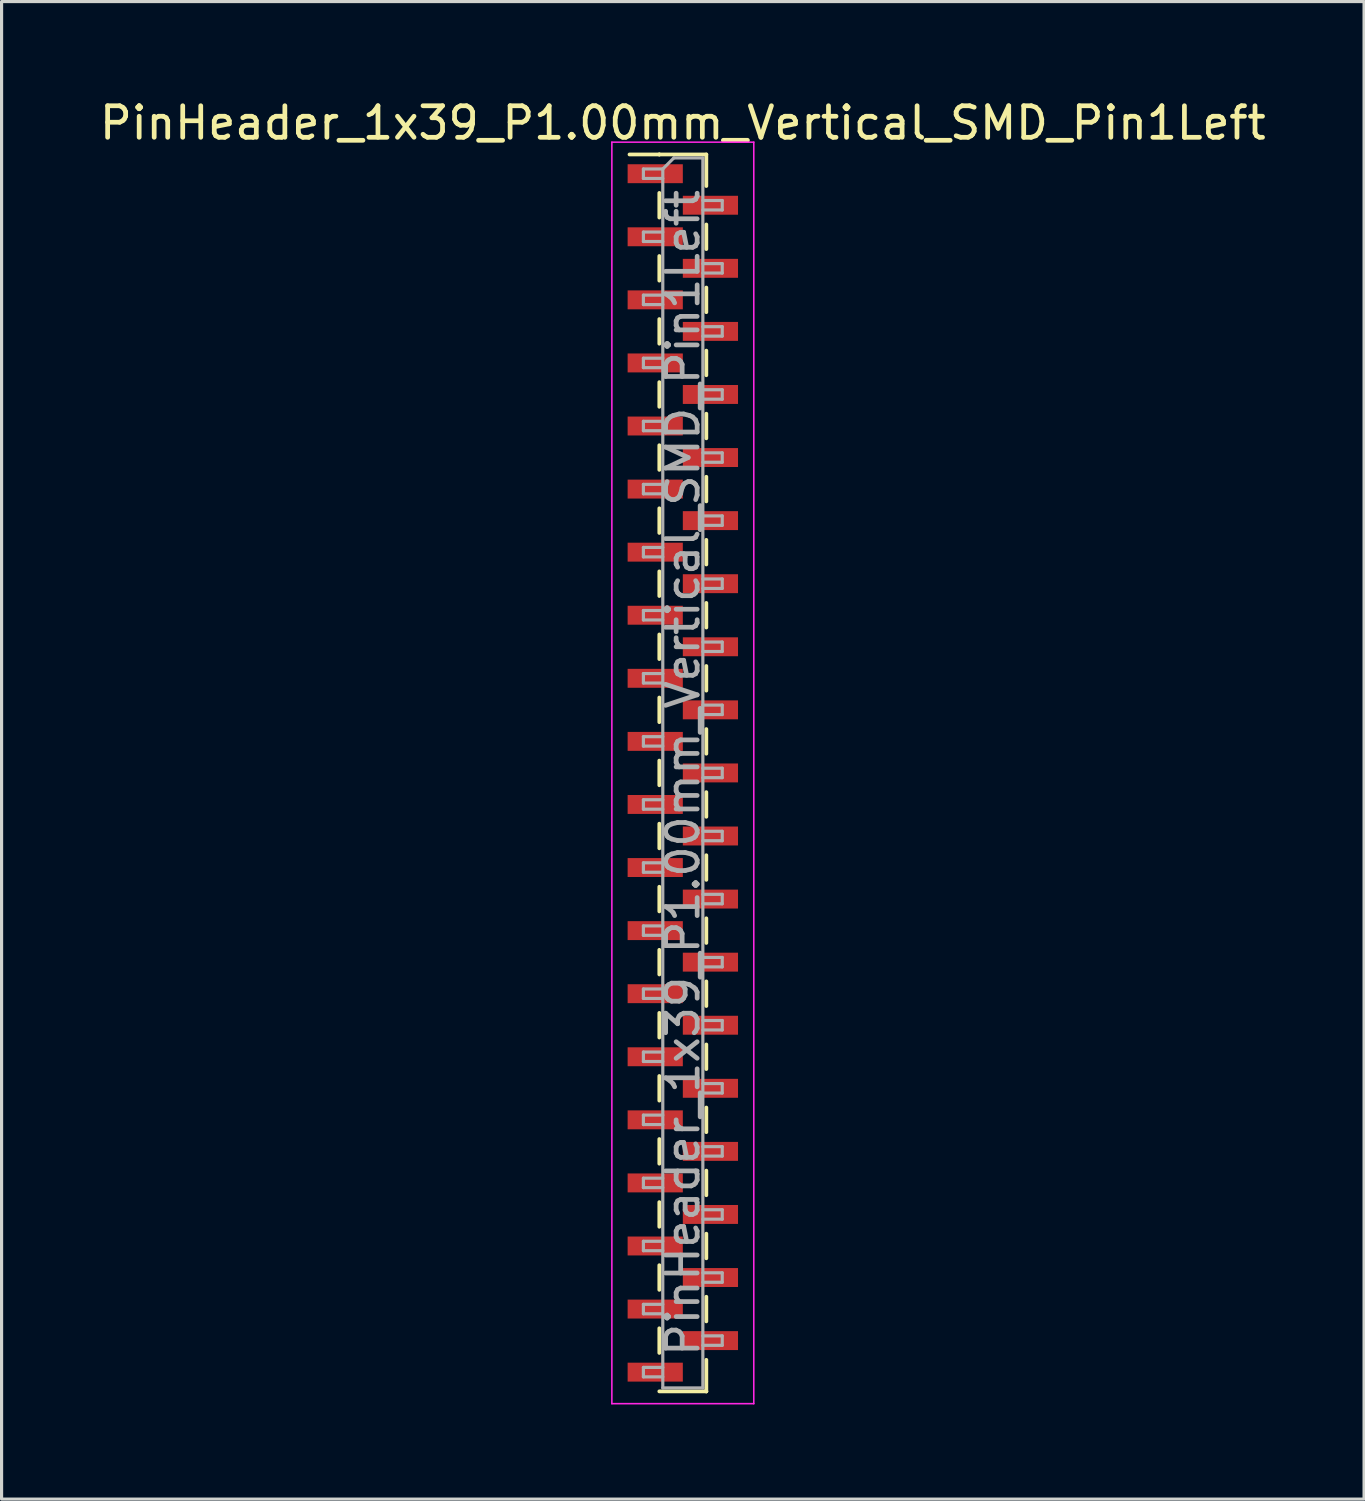
<source format=kicad_pcb>
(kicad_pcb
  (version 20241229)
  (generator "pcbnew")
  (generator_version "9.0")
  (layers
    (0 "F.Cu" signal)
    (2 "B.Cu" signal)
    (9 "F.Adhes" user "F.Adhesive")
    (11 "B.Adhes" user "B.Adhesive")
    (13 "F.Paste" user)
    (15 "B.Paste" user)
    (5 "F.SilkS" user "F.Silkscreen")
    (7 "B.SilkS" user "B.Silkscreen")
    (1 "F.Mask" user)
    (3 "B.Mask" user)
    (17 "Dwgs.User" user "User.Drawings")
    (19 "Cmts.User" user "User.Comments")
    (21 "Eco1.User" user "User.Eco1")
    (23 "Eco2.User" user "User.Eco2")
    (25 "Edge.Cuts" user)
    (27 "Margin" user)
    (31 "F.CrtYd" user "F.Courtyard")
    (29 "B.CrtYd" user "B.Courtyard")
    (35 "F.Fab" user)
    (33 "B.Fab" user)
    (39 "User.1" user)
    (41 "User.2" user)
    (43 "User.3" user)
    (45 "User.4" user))
  (footprint "PinHeader_1x39_P1.00mm_Vertical_SMD_Pin1Left"
    (layer "F.Cu")
    (at 18.601 21.458)
    (property "Reference" "PinHeader_1x39_P1.00mm_Vertical_SMD_Pin1Left" (at 0 -20.61 0) (layer "F.SilkS") (effects (font (size 1 1) (thickness 0.15))))
    (attr smd)
    (fp_line (start -0.745 -19.61) (end -1.69 -19.61) (stroke (width 0.12) (type solid)) (layer "F.SilkS"))
    (fp_line (start -0.745 -19.61) (end -0.745 -19.61) (stroke (width 0.12) (type solid)) (layer "F.SilkS"))
    (fp_line (start -0.745 -19.61) (end 0.745 -19.61) (stroke (width 0.12) (type solid)) (layer "F.SilkS"))
    (fp_line (start -0.745 -18.39) (end -0.745 -17.61) (stroke (width 0.12) (type solid)) (layer "F.SilkS"))
    (fp_line (start -0.745 -16.39) (end -0.745 -15.61) (stroke (width 0.12) (type solid)) (layer "F.SilkS"))
    (fp_line (start -0.745 -14.39) (end -0.745 -13.61) (stroke (width 0.12) (type solid)) (layer "F.SilkS"))
    (fp_line (start -0.745 -12.39) (end -0.745 -11.61) (stroke (width 0.12) (type solid)) (layer "F.SilkS"))
    (fp_line (start -0.745 -10.39) (end -0.745 -9.61) (stroke (width 0.12) (type solid)) (layer "F.SilkS"))
    (fp_line (start -0.745 -8.39) (end -0.745 -7.61) (stroke (width 0.12) (type solid)) (layer "F.SilkS"))
    (fp_line (start -0.745 -6.39) (end -0.745 -5.61) (stroke (width 0.12) (type solid)) (layer "F.SilkS"))
    (fp_line (start -0.745 -4.39) (end -0.745 -3.61) (stroke (width 0.12) (type solid)) (layer "F.SilkS"))
    (fp_line (start -0.745 -2.39) (end -0.745 -1.61) (stroke (width 0.12) (type solid)) (layer "F.SilkS"))
    (fp_line (start -0.745 -0.39) (end -0.745 0.39) (stroke (width 0.12) (type solid)) (layer "F.SilkS"))
    (fp_line (start -0.745 1.61) (end -0.745 2.39) (stroke (width 0.12) (type solid)) (layer "F.SilkS"))
    (fp_line (start -0.745 3.61) (end -0.745 4.39) (stroke (width 0.12) (type solid)) (layer "F.SilkS"))
    (fp_line (start -0.745 5.61) (end -0.745 6.39) (stroke (width 0.12) (type solid)) (layer "F.SilkS"))
    (fp_line (start -0.745 7.61) (end -0.745 8.39) (stroke (width 0.12) (type solid)) (layer "F.SilkS"))
    (fp_line (start -0.745 9.61) (end -0.745 10.39) (stroke (width 0.12) (type solid)) (layer "F.SilkS"))
    (fp_line (start -0.745 11.61) (end -0.745 12.39) (stroke (width 0.12) (type solid)) (layer "F.SilkS"))
    (fp_line (start -0.745 13.61) (end -0.745 14.39) (stroke (width 0.12) (type solid)) (layer "F.SilkS"))
    (fp_line (start -0.745 15.61) (end -0.745 16.39) (stroke (width 0.12) (type solid)) (layer "F.SilkS"))
    (fp_line (start -0.745 17.61) (end -0.745 18.39) (stroke (width 0.12) (type solid)) (layer "F.SilkS"))
    (fp_line (start -0.745 19.61) (end 0.745 19.61) (stroke (width 0.12) (type solid)) (layer "F.SilkS"))
    (fp_line (start 0.745 -19.61) (end 0.745 -18.61) (stroke (width 0.12) (type solid)) (layer "F.SilkS"))
    (fp_line (start 0.745 -17.39) (end 0.745 -16.61) (stroke (width 0.12) (type solid)) (layer "F.SilkS"))
    (fp_line (start 0.745 -15.39) (end 0.745 -14.61) (stroke (width 0.12) (type solid)) (layer "F.SilkS"))
    (fp_line (start 0.745 -13.39) (end 0.745 -12.61) (stroke (width 0.12) (type solid)) (layer "F.SilkS"))
    (fp_line (start 0.745 -11.39) (end 0.745 -10.61) (stroke (width 0.12) (type solid)) (layer "F.SilkS"))
    (fp_line (start 0.745 -9.39) (end 0.745 -8.61) (stroke (width 0.12) (type solid)) (layer "F.SilkS"))
    (fp_line (start 0.745 -7.39) (end 0.745 -6.61) (stroke (width 0.12) (type solid)) (layer "F.SilkS"))
    (fp_line (start 0.745 -5.39) (end 0.745 -4.61) (stroke (width 0.12) (type solid)) (layer "F.SilkS"))
    (fp_line (start 0.745 -3.39) (end 0.745 -2.61) (stroke (width 0.12) (type solid)) (layer "F.SilkS"))
    (fp_line (start 0.745 -1.39) (end 0.745 -0.61) (stroke (width 0.12) (type solid)) (layer "F.SilkS"))
    (fp_line (start 0.745 0.61) (end 0.745 1.39) (stroke (width 0.12) (type solid)) (layer "F.SilkS"))
    (fp_line (start 0.745 2.61) (end 0.745 3.39) (stroke (width 0.12) (type solid)) (layer "F.SilkS"))
    (fp_line (start 0.745 4.61) (end 0.745 5.39) (stroke (width 0.12) (type solid)) (layer "F.SilkS"))
    (fp_line (start 0.745 6.61) (end 0.745 7.39) (stroke (width 0.12) (type solid)) (layer "F.SilkS"))
    (fp_line (start 0.745 8.61) (end 0.745 9.39) (stroke (width 0.12) (type solid)) (layer "F.SilkS"))
    (fp_line (start 0.745 10.61) (end 0.745 11.39) (stroke (width 0.12) (type solid)) (layer "F.SilkS"))
    (fp_line (start 0.745 12.61) (end 0.745 13.39) (stroke (width 0.12) (type solid)) (layer "F.SilkS"))
    (fp_line (start 0.745 14.61) (end 0.745 15.39) (stroke (width 0.12) (type solid)) (layer "F.SilkS"))
    (fp_line (start 0.745 16.61) (end 0.745 17.39) (stroke (width 0.12) (type solid)) (layer "F.SilkS"))
    (fp_line (start 0.745 18.61) (end 0.745 19.61) (stroke (width 0.12) (type solid)) (layer "F.SilkS"))
    (fp_line (start 0.745 19.61) (end 0.745 19.61) (stroke (width 0.12) (type solid)) (layer "F.SilkS"))
    (fp_line (start -2.25 -20) (end -2.25 20) (stroke (width 0.05) (type solid)) (layer "F.CrtYd"))
    (fp_line (start -2.25 20) (end 2.25 20) (stroke (width 0.05) (type solid)) (layer "F.CrtYd"))
    (fp_line (start 2.25 -20) (end -2.25 -20) (stroke (width 0.05) (type solid)) (layer "F.CrtYd"))
    (fp_line (start 2.25 20) (end 2.25 -20) (stroke (width 0.05) (type solid)) (layer "F.CrtYd"))
    (fp_line (start -1.25 -19.15) (end -1.25 -18.85) (stroke (width 0.1) (type solid)) (layer "F.Fab"))
    (fp_line (start -1.25 -18.85) (end -0.635 -18.85) (stroke (width 0.1) (type solid)) (layer "F.Fab"))
    (fp_line (start -1.25 -17.15) (end -1.25 -16.85) (stroke (width 0.1) (type solid)) (layer "F.Fab"))
    (fp_line (start -1.25 -16.85) (end -0.635 -16.85) (stroke (width 0.1) (type solid)) (layer "F.Fab"))
    (fp_line (start -1.25 -15.15) (end -1.25 -14.85) (stroke (width 0.1) (type solid)) (layer "F.Fab"))
    (fp_line (start -1.25 -14.85) (end -0.635 -14.85) (stroke (width 0.1) (type solid)) (layer "F.Fab"))
    (fp_line (start -1.25 -13.15) (end -1.25 -12.85) (stroke (width 0.1) (type solid)) (layer "F.Fab"))
    (fp_line (start -1.25 -12.85) (end -0.635 -12.85) (stroke (width 0.1) (type solid)) (layer "F.Fab"))
    (fp_line (start -1.25 -11.15) (end -1.25 -10.85) (stroke (width 0.1) (type solid)) (layer "F.Fab"))
    (fp_line (start -1.25 -10.85) (end -0.635 -10.85) (stroke (width 0.1) (type solid)) (layer "F.Fab"))
    (fp_line (start -1.25 -9.15) (end -1.25 -8.85) (stroke (width 0.1) (type solid)) (layer "F.Fab"))
    (fp_line (start -1.25 -8.85) (end -0.635 -8.85) (stroke (width 0.1) (type solid)) (layer "F.Fab"))
    (fp_line (start -1.25 -7.15) (end -1.25 -6.85) (stroke (width 0.1) (type solid)) (layer "F.Fab"))
    (fp_line (start -1.25 -6.85) (end -0.635 -6.85) (stroke (width 0.1) (type solid)) (layer "F.Fab"))
    (fp_line (start -1.25 -5.15) (end -1.25 -4.85) (stroke (width 0.1) (type solid)) (layer "F.Fab"))
    (fp_line (start -1.25 -4.85) (end -0.635 -4.85) (stroke (width 0.1) (type solid)) (layer "F.Fab"))
    (fp_line (start -1.25 -3.15) (end -1.25 -2.85) (stroke (width 0.1) (type solid)) (layer "F.Fab"))
    (fp_line (start -1.25 -2.85) (end -0.635 -2.85) (stroke (width 0.1) (type solid)) (layer "F.Fab"))
    (fp_line (start -1.25 -1.15) (end -1.25 -0.85) (stroke (width 0.1) (type solid)) (layer "F.Fab"))
    (fp_line (start -1.25 -0.85) (end -0.635 -0.85) (stroke (width 0.1) (type solid)) (layer "F.Fab"))
    (fp_line (start -1.25 0.85) (end -1.25 1.15) (stroke (width 0.1) (type solid)) (layer "F.Fab"))
    (fp_line (start -1.25 1.15) (end -0.635 1.15) (stroke (width 0.1) (type solid)) (layer "F.Fab"))
    (fp_line (start -1.25 2.85) (end -1.25 3.15) (stroke (width 0.1) (type solid)) (layer "F.Fab"))
    (fp_line (start -1.25 3.15) (end -0.635 3.15) (stroke (width 0.1) (type solid)) (layer "F.Fab"))
    (fp_line (start -1.25 4.85) (end -1.25 5.15) (stroke (width 0.1) (type solid)) (layer "F.Fab"))
    (fp_line (start -1.25 5.15) (end -0.635 5.15) (stroke (width 0.1) (type solid)) (layer "F.Fab"))
    (fp_line (start -1.25 6.85) (end -1.25 7.15) (stroke (width 0.1) (type solid)) (layer "F.Fab"))
    (fp_line (start -1.25 7.15) (end -0.635 7.15) (stroke (width 0.1) (type solid)) (layer "F.Fab"))
    (fp_line (start -1.25 8.85) (end -1.25 9.15) (stroke (width 0.1) (type solid)) (layer "F.Fab"))
    (fp_line (start -1.25 9.15) (end -0.635 9.15) (stroke (width 0.1) (type solid)) (layer "F.Fab"))
    (fp_line (start -1.25 10.85) (end -1.25 11.15) (stroke (width 0.1) (type solid)) (layer "F.Fab"))
    (fp_line (start -1.25 11.15) (end -0.635 11.15) (stroke (width 0.1) (type solid)) (layer "F.Fab"))
    (fp_line (start -1.25 12.85) (end -1.25 13.15) (stroke (width 0.1) (type solid)) (layer "F.Fab"))
    (fp_line (start -1.25 13.15) (end -0.635 13.15) (stroke (width 0.1) (type solid)) (layer "F.Fab"))
    (fp_line (start -1.25 14.85) (end -1.25 15.15) (stroke (width 0.1) (type solid)) (layer "F.Fab"))
    (fp_line (start -1.25 15.15) (end -0.635 15.15) (stroke (width 0.1) (type solid)) (layer "F.Fab"))
    (fp_line (start -1.25 16.85) (end -1.25 17.15) (stroke (width 0.1) (type solid)) (layer "F.Fab"))
    (fp_line (start -1.25 17.15) (end -0.635 17.15) (stroke (width 0.1) (type solid)) (layer "F.Fab"))
    (fp_line (start -1.25 18.85) (end -1.25 19.15) (stroke (width 0.1) (type solid)) (layer "F.Fab"))
    (fp_line (start -1.25 19.15) (end -0.635 19.15) (stroke (width 0.1) (type solid)) (layer "F.Fab"))
    (fp_line (start -0.635 -19.15) (end -1.25 -19.15) (stroke (width 0.1) (type solid)) (layer "F.Fab"))
    (fp_line (start -0.635 -19.15) (end -0.285 -19.5) (stroke (width 0.1) (type solid)) (layer "F.Fab"))
    (fp_line (start -0.635 -17.15) (end -1.25 -17.15) (stroke (width 0.1) (type solid)) (layer "F.Fab"))
    (fp_line (start -0.635 -15.15) (end -1.25 -15.15) (stroke (width 0.1) (type solid)) (layer "F.Fab"))
    (fp_line (start -0.635 -13.15) (end -1.25 -13.15) (stroke (width 0.1) (type solid)) (layer "F.Fab"))
    (fp_line (start -0.635 -11.15) (end -1.25 -11.15) (stroke (width 0.1) (type solid)) (layer "F.Fab"))
    (fp_line (start -0.635 -9.15) (end -1.25 -9.15) (stroke (width 0.1) (type solid)) (layer "F.Fab"))
    (fp_line (start -0.635 -7.15) (end -1.25 -7.15) (stroke (width 0.1) (type solid)) (layer "F.Fab"))
    (fp_line (start -0.635 -5.15) (end -1.25 -5.15) (stroke (width 0.1) (type solid)) (layer "F.Fab"))
    (fp_line (start -0.635 -3.15) (end -1.25 -3.15) (stroke (width 0.1) (type solid)) (layer "F.Fab"))
    (fp_line (start -0.635 -1.15) (end -1.25 -1.15) (stroke (width 0.1) (type solid)) (layer "F.Fab"))
    (fp_line (start -0.635 0.85) (end -1.25 0.85) (stroke (width 0.1) (type solid)) (layer "F.Fab"))
    (fp_line (start -0.635 2.85) (end -1.25 2.85) (stroke (width 0.1) (type solid)) (layer "F.Fab"))
    (fp_line (start -0.635 4.85) (end -1.25 4.85) (stroke (width 0.1) (type solid)) (layer "F.Fab"))
    (fp_line (start -0.635 6.85) (end -1.25 6.85) (stroke (width 0.1) (type solid)) (layer "F.Fab"))
    (fp_line (start -0.635 8.85) (end -1.25 8.85) (stroke (width 0.1) (type solid)) (layer "F.Fab"))
    (fp_line (start -0.635 10.85) (end -1.25 10.85) (stroke (width 0.1) (type solid)) (layer "F.Fab"))
    (fp_line (start -0.635 12.85) (end -1.25 12.85) (stroke (width 0.1) (type solid)) (layer "F.Fab"))
    (fp_line (start -0.635 14.85) (end -1.25 14.85) (stroke (width 0.1) (type solid)) (layer "F.Fab"))
    (fp_line (start -0.635 16.85) (end -1.25 16.85) (stroke (width 0.1) (type solid)) (layer "F.Fab"))
    (fp_line (start -0.635 18.85) (end -1.25 18.85) (stroke (width 0.1) (type solid)) (layer "F.Fab"))
    (fp_line (start -0.635 19.5) (end -0.635 -19.15) (stroke (width 0.1) (type solid)) (layer "F.Fab"))
    (fp_line (start -0.285 -19.5) (end 0.635 -19.5) (stroke (width 0.1) (type solid)) (layer "F.Fab"))
    (fp_line (start 0.635 -19.5) (end 0.635 19.5) (stroke (width 0.1) (type solid)) (layer "F.Fab"))
    (fp_line (start 0.635 -18.15) (end 1.25 -18.15) (stroke (width 0.1) (type solid)) (layer "F.Fab"))
    (fp_line (start 0.635 -16.15) (end 1.25 -16.15) (stroke (width 0.1) (type solid)) (layer "F.Fab"))
    (fp_line (start 0.635 -14.15) (end 1.25 -14.15) (stroke (width 0.1) (type solid)) (layer "F.Fab"))
    (fp_line (start 0.635 -12.15) (end 1.25 -12.15) (stroke (width 0.1) (type solid)) (layer "F.Fab"))
    (fp_line (start 0.635 -10.15) (end 1.25 -10.15) (stroke (width 0.1) (type solid)) (layer "F.Fab"))
    (fp_line (start 0.635 -8.15) (end 1.25 -8.15) (stroke (width 0.1) (type solid)) (layer "F.Fab"))
    (fp_line (start 0.635 -6.15) (end 1.25 -6.15) (stroke (width 0.1) (type solid)) (layer "F.Fab"))
    (fp_line (start 0.635 -4.15) (end 1.25 -4.15) (stroke (width 0.1) (type solid)) (layer "F.Fab"))
    (fp_line (start 0.635 -2.15) (end 1.25 -2.15) (stroke (width 0.1) (type solid)) (layer "F.Fab"))
    (fp_line (start 0.635 -0.15) (end 1.25 -0.15) (stroke (width 0.1) (type solid)) (layer "F.Fab"))
    (fp_line (start 0.635 1.85) (end 1.25 1.85) (stroke (width 0.1) (type solid)) (layer "F.Fab"))
    (fp_line (start 0.635 3.85) (end 1.25 3.85) (stroke (width 0.1) (type solid)) (layer "F.Fab"))
    (fp_line (start 0.635 5.85) (end 1.25 5.85) (stroke (width 0.1) (type solid)) (layer "F.Fab"))
    (fp_line (start 0.635 7.85) (end 1.25 7.85) (stroke (width 0.1) (type solid)) (layer "F.Fab"))
    (fp_line (start 0.635 9.85) (end 1.25 9.85) (stroke (width 0.1) (type solid)) (layer "F.Fab"))
    (fp_line (start 0.635 11.85) (end 1.25 11.85) (stroke (width 0.1) (type solid)) (layer "F.Fab"))
    (fp_line (start 0.635 13.85) (end 1.25 13.85) (stroke (width 0.1) (type solid)) (layer "F.Fab"))
    (fp_line (start 0.635 15.85) (end 1.25 15.85) (stroke (width 0.1) (type solid)) (layer "F.Fab"))
    (fp_line (start 0.635 17.85) (end 1.25 17.85) (stroke (width 0.1) (type solid)) (layer "F.Fab"))
    (fp_line (start 0.635 19.5) (end -0.635 19.5) (stroke (width 0.1) (type solid)) (layer "F.Fab"))
    (fp_line (start 1.25 -18.15) (end 1.25 -17.85) (stroke (width 0.1) (type solid)) (layer "F.Fab"))
    (fp_line (start 1.25 -17.85) (end 0.635 -17.85) (stroke (width 0.1) (type solid)) (layer "F.Fab"))
    (fp_line (start 1.25 -16.15) (end 1.25 -15.85) (stroke (width 0.1) (type solid)) (layer "F.Fab"))
    (fp_line (start 1.25 -15.85) (end 0.635 -15.85) (stroke (width 0.1) (type solid)) (layer "F.Fab"))
    (fp_line (start 1.25 -14.15) (end 1.25 -13.85) (stroke (width 0.1) (type solid)) (layer "F.Fab"))
    (fp_line (start 1.25 -13.85) (end 0.635 -13.85) (stroke (width 0.1) (type solid)) (layer "F.Fab"))
    (fp_line (start 1.25 -12.15) (end 1.25 -11.85) (stroke (width 0.1) (type solid)) (layer "F.Fab"))
    (fp_line (start 1.25 -11.85) (end 0.635 -11.85) (stroke (width 0.1) (type solid)) (layer "F.Fab"))
    (fp_line (start 1.25 -10.15) (end 1.25 -9.85) (stroke (width 0.1) (type solid)) (layer "F.Fab"))
    (fp_line (start 1.25 -9.85) (end 0.635 -9.85) (stroke (width 0.1) (type solid)) (layer "F.Fab"))
    (fp_line (start 1.25 -8.15) (end 1.25 -7.85) (stroke (width 0.1) (type solid)) (layer "F.Fab"))
    (fp_line (start 1.25 -7.85) (end 0.635 -7.85) (stroke (width 0.1) (type solid)) (layer "F.Fab"))
    (fp_line (start 1.25 -6.15) (end 1.25 -5.85) (stroke (width 0.1) (type solid)) (layer "F.Fab"))
    (fp_line (start 1.25 -5.85) (end 0.635 -5.85) (stroke (width 0.1) (type solid)) (layer "F.Fab"))
    (fp_line (start 1.25 -4.15) (end 1.25 -3.85) (stroke (width 0.1) (type solid)) (layer "F.Fab"))
    (fp_line (start 1.25 -3.85) (end 0.635 -3.85) (stroke (width 0.1) (type solid)) (layer "F.Fab"))
    (fp_line (start 1.25 -2.15) (end 1.25 -1.85) (stroke (width 0.1) (type solid)) (layer "F.Fab"))
    (fp_line (start 1.25 -1.85) (end 0.635 -1.85) (stroke (width 0.1) (type solid)) (layer "F.Fab"))
    (fp_line (start 1.25 -0.15) (end 1.25 0.15) (stroke (width 0.1) (type solid)) (layer "F.Fab"))
    (fp_line (start 1.25 0.15) (end 0.635 0.15) (stroke (width 0.1) (type solid)) (layer "F.Fab"))
    (fp_line (start 1.25 1.85) (end 1.25 2.15) (stroke (width 0.1) (type solid)) (layer "F.Fab"))
    (fp_line (start 1.25 2.15) (end 0.635 2.15) (stroke (width 0.1) (type solid)) (layer "F.Fab"))
    (fp_line (start 1.25 3.85) (end 1.25 4.15) (stroke (width 0.1) (type solid)) (layer "F.Fab"))
    (fp_line (start 1.25 4.15) (end 0.635 4.15) (stroke (width 0.1) (type solid)) (layer "F.Fab"))
    (fp_line (start 1.25 5.85) (end 1.25 6.15) (stroke (width 0.1) (type solid)) (layer "F.Fab"))
    (fp_line (start 1.25 6.15) (end 0.635 6.15) (stroke (width 0.1) (type solid)) (layer "F.Fab"))
    (fp_line (start 1.25 7.85) (end 1.25 8.15) (stroke (width 0.1) (type solid)) (layer "F.Fab"))
    (fp_line (start 1.25 8.15) (end 0.635 8.15) (stroke (width 0.1) (type solid)) (layer "F.Fab"))
    (fp_line (start 1.25 9.85) (end 1.25 10.15) (stroke (width 0.1) (type solid)) (layer "F.Fab"))
    (fp_line (start 1.25 10.15) (end 0.635 10.15) (stroke (width 0.1) (type solid)) (layer "F.Fab"))
    (fp_line (start 1.25 11.85) (end 1.25 12.15) (stroke (width 0.1) (type solid)) (layer "F.Fab"))
    (fp_line (start 1.25 12.15) (end 0.635 12.15) (stroke (width 0.1) (type solid)) (layer "F.Fab"))
    (fp_line (start 1.25 13.85) (end 1.25 14.15) (stroke (width 0.1) (type solid)) (layer "F.Fab"))
    (fp_line (start 1.25 14.15) (end 0.635 14.15) (stroke (width 0.1) (type solid)) (layer "F.Fab"))
    (fp_line (start 1.25 15.85) (end 1.25 16.15) (stroke (width 0.1) (type solid)) (layer "F.Fab"))
    (fp_line (start 1.25 16.15) (end 0.635 16.15) (stroke (width 0.1) (type solid)) (layer "F.Fab"))
    (fp_line (start 1.25 17.85) (end 1.25 18.15) (stroke (width 0.1) (type solid)) (layer "F.Fab"))
    (fp_line (start 1.25 18.15) (end 0.635 18.15) (stroke (width 0.1) (type solid)) (layer "F.Fab"))
    (fp_text user "${REFERENCE}" (at 0 0 90) (layer "F.Fab") (effects (font (size 1 1) (thickness 0.15))))
    (pad "1" smd rect (at -0.875 -19) (size 1.75 0.6) (layers "F.Cu" "F.Mask" "F.Paste"))
    (pad "2" smd rect (at 0.875 -18) (size 1.75 0.6) (layers "F.Cu" "F.Mask" "F.Paste"))
    (pad "3" smd rect (at -0.875 -17) (size 1.75 0.6) (layers "F.Cu" "F.Mask" "F.Paste"))
    (pad "4" smd rect (at 0.875 -16) (size 1.75 0.6) (layers "F.Cu" "F.Mask" "F.Paste"))
    (pad "5" smd rect (at -0.875 -15) (size 1.75 0.6) (layers "F.Cu" "F.Mask" "F.Paste"))
    (pad "6" smd rect (at 0.875 -14) (size 1.75 0.6) (layers "F.Cu" "F.Mask" "F.Paste"))
    (pad "7" smd rect (at -0.875 -13) (size 1.75 0.6) (layers "F.Cu" "F.Mask" "F.Paste"))
    (pad "8" smd rect (at 0.875 -12) (size 1.75 0.6) (layers "F.Cu" "F.Mask" "F.Paste"))
    (pad "9" smd rect (at -0.875 -11) (size 1.75 0.6) (layers "F.Cu" "F.Mask" "F.Paste"))
    (pad "10" smd rect (at 0.875 -10) (size 1.75 0.6) (layers "F.Cu" "F.Mask" "F.Paste"))
    (pad "11" smd rect (at -0.875 -9) (size 1.75 0.6) (layers "F.Cu" "F.Mask" "F.Paste"))
    (pad "12" smd rect (at 0.875 -8) (size 1.75 0.6) (layers "F.Cu" "F.Mask" "F.Paste"))
    (pad "13" smd rect (at -0.875 -7) (size 1.75 0.6) (layers "F.Cu" "F.Mask" "F.Paste"))
    (pad "14" smd rect (at 0.875 -6) (size 1.75 0.6) (layers "F.Cu" "F.Mask" "F.Paste"))
    (pad "15" smd rect (at -0.875 -5) (size 1.75 0.6) (layers "F.Cu" "F.Mask" "F.Paste"))
    (pad "16" smd rect (at 0.875 -4) (size 1.75 0.6) (layers "F.Cu" "F.Mask" "F.Paste"))
    (pad "17" smd rect (at -0.875 -3) (size 1.75 0.6) (layers "F.Cu" "F.Mask" "F.Paste"))
    (pad "18" smd rect (at 0.875 -2) (size 1.75 0.6) (layers "F.Cu" "F.Mask" "F.Paste"))
    (pad "19" smd rect (at -0.875 -1) (size 1.75 0.6) (layers "F.Cu" "F.Mask" "F.Paste"))
    (pad "20" smd rect (at 0.875 0) (size 1.75 0.6) (layers "F.Cu" "F.Mask" "F.Paste"))
    (pad "21" smd rect (at -0.875 1) (size 1.75 0.6) (layers "F.Cu" "F.Mask" "F.Paste"))
    (pad "22" smd rect (at 0.875 2) (size 1.75 0.6) (layers "F.Cu" "F.Mask" "F.Paste"))
    (pad "23" smd rect (at -0.875 3) (size 1.75 0.6) (layers "F.Cu" "F.Mask" "F.Paste"))
    (pad "24" smd rect (at 0.875 4) (size 1.75 0.6) (layers "F.Cu" "F.Mask" "F.Paste"))
    (pad "25" smd rect (at -0.875 5) (size 1.75 0.6) (layers "F.Cu" "F.Mask" "F.Paste"))
    (pad "26" smd rect (at 0.875 6) (size 1.75 0.6) (layers "F.Cu" "F.Mask" "F.Paste"))
    (pad "27" smd rect (at -0.875 7) (size 1.75 0.6) (layers "F.Cu" "F.Mask" "F.Paste"))
    (pad "28" smd rect (at 0.875 8) (size 1.75 0.6) (layers "F.Cu" "F.Mask" "F.Paste"))
    (pad "29" smd rect (at -0.875 9) (size 1.75 0.6) (layers "F.Cu" "F.Mask" "F.Paste"))
    (pad "30" smd rect (at 0.875 10) (size 1.75 0.6) (layers "F.Cu" "F.Mask" "F.Paste"))
    (pad "31" smd rect (at -0.875 11) (size 1.75 0.6) (layers "F.Cu" "F.Mask" "F.Paste"))
    (pad "32" smd rect (at 0.875 12) (size 1.75 0.6) (layers "F.Cu" "F.Mask" "F.Paste"))
    (pad "33" smd rect (at -0.875 13) (size 1.75 0.6) (layers "F.Cu" "F.Mask" "F.Paste"))
    (pad "34" smd rect (at 0.875 14) (size 1.75 0.6) (layers "F.Cu" "F.Mask" "F.Paste"))
    (pad "35" smd rect (at -0.875 15) (size 1.75 0.6) (layers "F.Cu" "F.Mask" "F.Paste"))
    (pad "36" smd rect (at 0.875 16) (size 1.75 0.6) (layers "F.Cu" "F.Mask" "F.Paste"))
    (pad "37" smd rect (at -0.875 17) (size 1.75 0.6) (layers "F.Cu" "F.Mask" "F.Paste"))
    (pad "38" smd rect (at 0.875 18) (size 1.75 0.6) (layers "F.Cu" "F.Mask" "F.Paste"))
    (pad "39" smd rect (at -0.875 19) (size 1.75 0.6) (layers "F.Cu" "F.Mask" "F.Paste")))
  (gr_rect
    (start -3 -3)
    (end 40.202 44.483)
    (stroke (width 0.1) (type default))
    (fill no)
    (layer "Edge.Cuts")))
</source>
